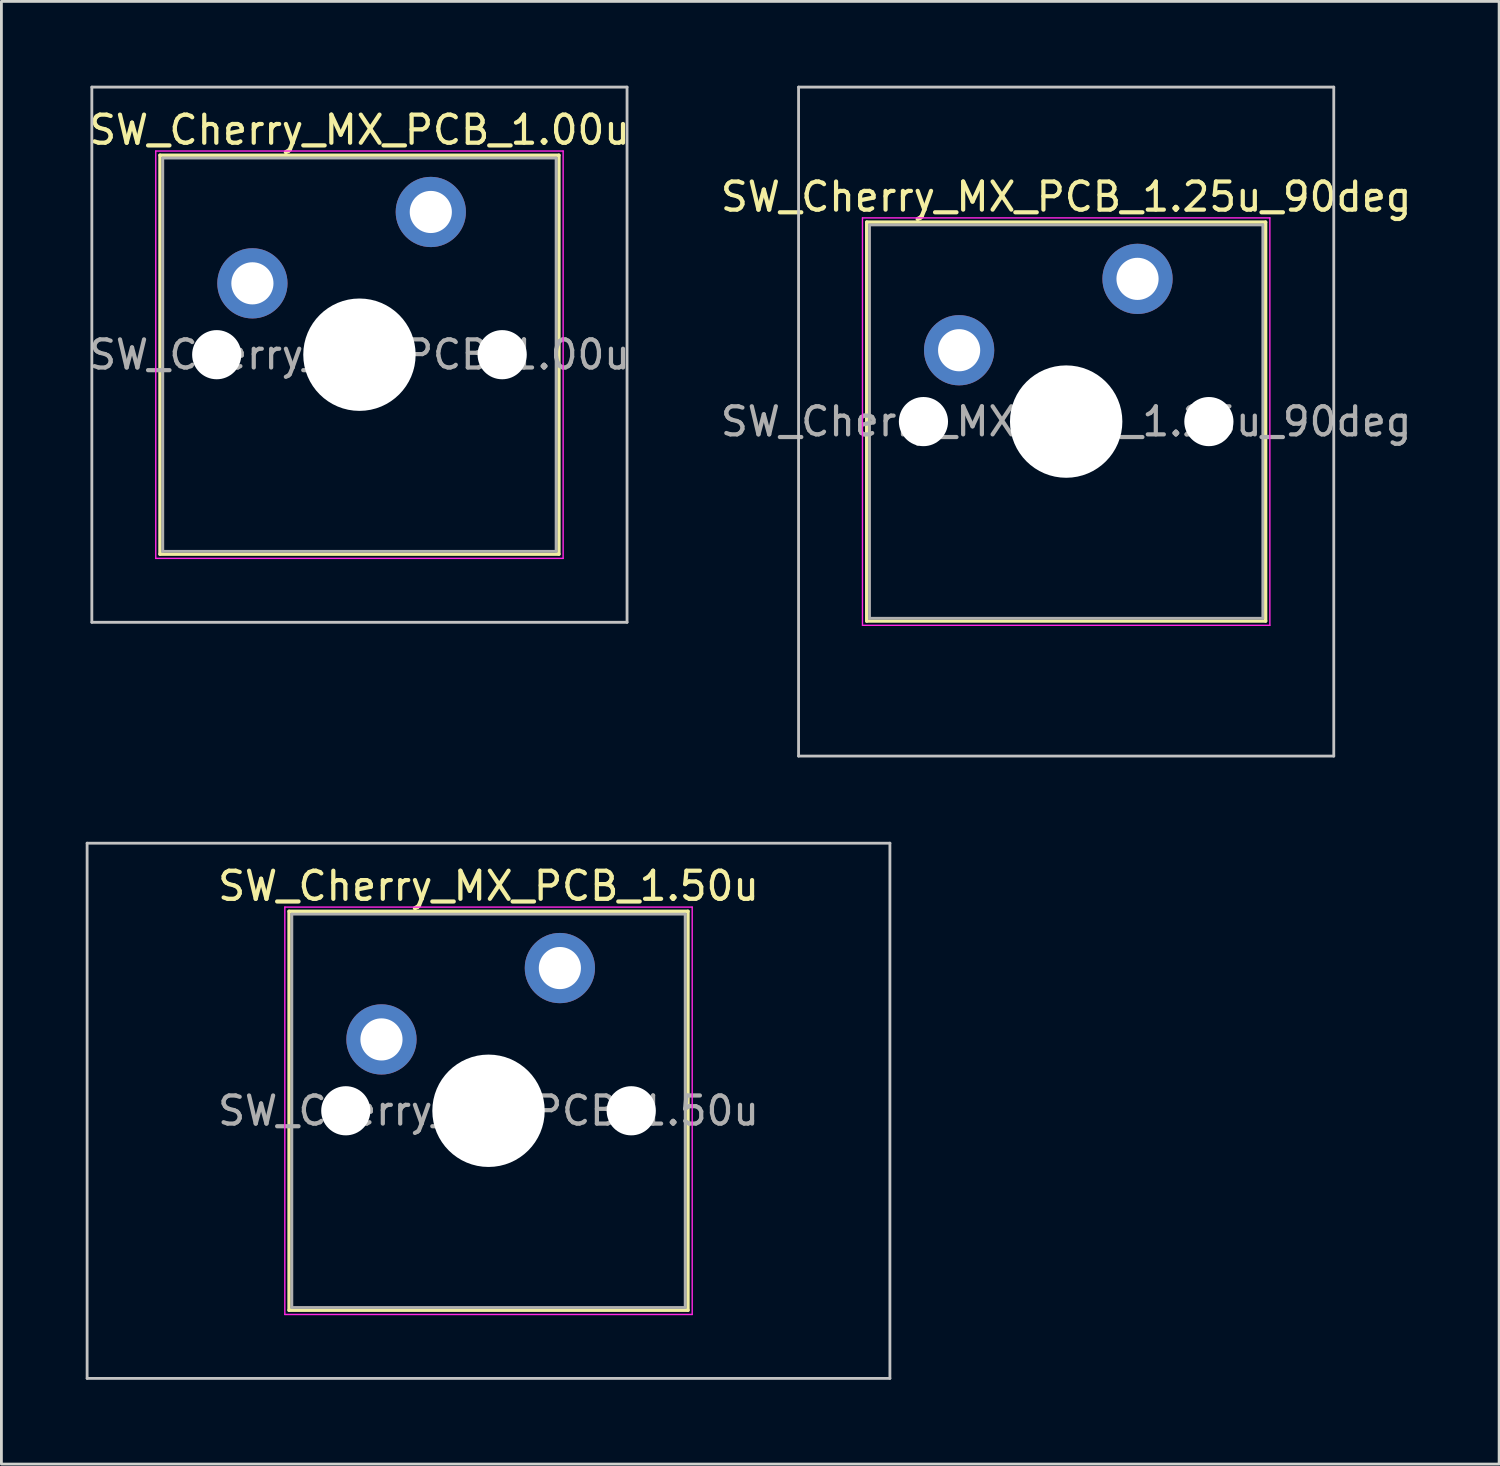
<source format=kicad_pcb>
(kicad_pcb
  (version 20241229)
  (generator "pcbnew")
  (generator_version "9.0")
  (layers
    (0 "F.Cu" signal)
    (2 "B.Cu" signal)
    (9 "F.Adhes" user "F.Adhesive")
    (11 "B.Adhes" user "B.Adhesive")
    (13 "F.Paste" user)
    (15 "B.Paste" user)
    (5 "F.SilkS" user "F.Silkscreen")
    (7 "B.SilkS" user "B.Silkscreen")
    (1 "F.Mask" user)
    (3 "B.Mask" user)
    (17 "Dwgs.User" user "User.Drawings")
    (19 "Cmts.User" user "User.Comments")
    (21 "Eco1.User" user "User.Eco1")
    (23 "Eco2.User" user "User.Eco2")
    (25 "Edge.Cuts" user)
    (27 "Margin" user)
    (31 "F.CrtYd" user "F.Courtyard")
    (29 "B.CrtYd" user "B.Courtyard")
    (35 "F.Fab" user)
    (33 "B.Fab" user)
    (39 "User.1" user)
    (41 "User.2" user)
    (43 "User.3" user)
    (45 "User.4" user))
  (footprint "SW_Cherry_MX_PCB_1.25u_90deg"
    (layer "F.Cu")
    (at 34.899 11.956)
    (property "Reference" "SW_Cherry_MX_PCB_1.25u_90deg" (at 0 -8 0) (layer "F.SilkS") (effects (font (size 1 1) (thickness 0.15))))
    (attr through_hole)
    (fp_line (start -7.1 -7.1) (end -7.1 7.1) (stroke (width 0.12) (type solid)) (layer "F.SilkS"))
    (fp_line (start -7.1 7.1) (end 7.1 7.1) (stroke (width 0.12) (type solid)) (layer "F.SilkS"))
    (fp_line (start 7.1 -7.1) (end -7.1 -7.1) (stroke (width 0.12) (type solid)) (layer "F.SilkS"))
    (fp_line (start 7.1 7.1) (end 7.1 -7.1) (stroke (width 0.12) (type solid)) (layer "F.SilkS"))
    (fp_line (start -9.525 -11.906) (end 9.525 -11.906) (stroke (width 0.1) (type solid)) (layer "Dwgs.User"))
    (fp_line (start -9.525 11.906) (end -9.525 -11.906) (stroke (width 0.1) (type solid)) (layer "Dwgs.User"))
    (fp_line (start 9.525 -11.906) (end 9.525 11.906) (stroke (width 0.1) (type solid)) (layer "Dwgs.User"))
    (fp_line (start 9.525 11.906) (end -9.525 11.906) (stroke (width 0.1) (type solid)) (layer "Dwgs.User"))
    (fp_line (start -7 -7) (end -7 7) (stroke (width 0.1) (type solid)) (layer "Eco1.User"))
    (fp_line (start -7 7) (end 7 7) (stroke (width 0.1) (type solid)) (layer "Eco1.User"))
    (fp_line (start 7 -7) (end -7 -7) (stroke (width 0.1) (type solid)) (layer "Eco1.User"))
    (fp_line (start 7 7) (end 7 -7) (stroke (width 0.1) (type solid)) (layer "Eco1.User"))
    (fp_line (start -7.25 -7.25) (end -7.25 7.25) (stroke (width 0.05) (type solid)) (layer "F.CrtYd"))
    (fp_line (start -7.25 7.25) (end 7.25 7.25) (stroke (width 0.05) (type solid)) (layer "F.CrtYd"))
    (fp_line (start 7.25 -7.25) (end -7.25 -7.25) (stroke (width 0.05) (type solid)) (layer "F.CrtYd"))
    (fp_line (start 7.25 7.25) (end 7.25 -7.25) (stroke (width 0.05) (type solid)) (layer "F.CrtYd"))
    (fp_line (start -7 -7) (end -7 7) (stroke (width 0.1) (type solid)) (layer "F.Fab"))
    (fp_line (start -7 7) (end 7 7) (stroke (width 0.1) (type solid)) (layer "F.Fab"))
    (fp_line (start 7 -7) (end -7 -7) (stroke (width 0.1) (type solid)) (layer "F.Fab"))
    (fp_line (start 7 7) (end 7 -7) (stroke (width 0.1) (type solid)) (layer "F.Fab"))
    (fp_text user "${REFERENCE}" (at 0 0 0) (layer "F.Fab") (effects (font (size 1 1) (thickness 0.15))))
    (pad "" np_thru_hole circle (at -5.08 0) (size 1.75 1.75) (drill 1.75) (layers "*.Cu" "*.Mask"))
    (pad "" np_thru_hole circle (at 0 0) (size 4 4) (drill 4) (layers "*.Cu" "*.Mask"))
    (pad "" np_thru_hole circle (at 5.08 0) (size 1.75 1.75) (drill 1.75) (layers "*.Cu" "*.Mask"))
    (pad "1" thru_hole circle (at -3.81 -2.54) (size 2.5 2.5) (drill 1.5) (layers "*.Cu" "B.Mask"))
    (pad "2" thru_hole circle (at 2.54 -5.08) (size 2.5 2.5) (drill 1.5) (layers "*.Cu" "B.Mask")))
  (footprint "SW_Cherry_MX_PCB_1.50u"
    (layer "F.Cu")
    (at 14.338 36.487)
    (property "Reference" "SW_Cherry_MX_PCB_1.50u" (at 0 -8 0) (layer "F.SilkS") (effects (font (size 1 1) (thickness 0.15))))
    (attr through_hole)
    (fp_line (start -7.1 -7.1) (end -7.1 7.1) (stroke (width 0.12) (type solid)) (layer "F.SilkS"))
    (fp_line (start -7.1 7.1) (end 7.1 7.1) (stroke (width 0.12) (type solid)) (layer "F.SilkS"))
    (fp_line (start 7.1 -7.1) (end -7.1 -7.1) (stroke (width 0.12) (type solid)) (layer "F.SilkS"))
    (fp_line (start 7.1 7.1) (end 7.1 -7.1) (stroke (width 0.12) (type solid)) (layer "F.SilkS"))
    (fp_line (start -14.287 -9.525) (end -14.287 9.525) (stroke (width 0.1) (type solid)) (layer "Dwgs.User"))
    (fp_line (start -14.287 9.525) (end 14.287 9.525) (stroke (width 0.1) (type solid)) (layer "Dwgs.User"))
    (fp_line (start 14.287 -9.525) (end -14.287 -9.525) (stroke (width 0.1) (type solid)) (layer "Dwgs.User"))
    (fp_line (start 14.287 9.525) (end 14.287 -9.525) (stroke (width 0.1) (type solid)) (layer "Dwgs.User"))
    (fp_line (start -7.8 -6) (end -7 -6) (stroke (width 0.1) (type solid)) (layer "Eco1.User"))
    (fp_line (start -7.8 -2.9) (end -7.8 -6) (stroke (width 0.1) (type solid)) (layer "Eco1.User"))
    (fp_line (start -7.8 2.9) (end -7 2.9) (stroke (width 0.1) (type solid)) (layer "Eco1.User"))
    (fp_line (start -7.8 6) (end -7.8 2.9) (stroke (width 0.1) (type solid)) (layer "Eco1.User"))
    (fp_line (start -7 -7) (end 7 -7) (stroke (width 0.1) (type solid)) (layer "Eco1.User"))
    (fp_line (start -7 -6) (end -7 -7) (stroke (width 0.1) (type solid)) (layer "Eco1.User"))
    (fp_line (start -7 -2.9) (end -7.8 -2.9) (stroke (width 0.1) (type solid)) (layer "Eco1.User"))
    (fp_line (start -7 2.9) (end -7 -2.9) (stroke (width 0.1) (type solid)) (layer "Eco1.User"))
    (fp_line (start -7 6) (end -7.8 6) (stroke (width 0.1) (type solid)) (layer "Eco1.User"))
    (fp_line (start -7 7) (end -7 6) (stroke (width 0.1) (type solid)) (layer "Eco1.User"))
    (fp_line (start 7 -7) (end 7 -6) (stroke (width 0.1) (type solid)) (layer "Eco1.User"))
    (fp_line (start 7 -6) (end 7.8 -6) (stroke (width 0.1) (type solid)) (layer "Eco1.User"))
    (fp_line (start 7 -2.9) (end 7 2.9) (stroke (width 0.1) (type solid)) (layer "Eco1.User"))
    (fp_line (start 7 2.9) (end 7.8 2.9) (stroke (width 0.1) (type solid)) (layer "Eco1.User"))
    (fp_line (start 7 6) (end 7 7) (stroke (width 0.1) (type solid)) (layer "Eco1.User"))
    (fp_line (start 7 7) (end -7 7) (stroke (width 0.1) (type solid)) (layer "Eco1.User"))
    (fp_line (start 7.8 -6) (end 7.8 -2.9) (stroke (width 0.1) (type solid)) (layer "Eco1.User"))
    (fp_line (start 7.8 -2.9) (end 7 -2.9) (stroke (width 0.1) (type solid)) (layer "Eco1.User"))
    (fp_line (start 7.8 2.9) (end 7.8 6) (stroke (width 0.1) (type solid)) (layer "Eco1.User"))
    (fp_line (start 7.8 6) (end 7 6) (stroke (width 0.1) (type solid)) (layer "Eco1.User"))
    (fp_line (start -7.25 -7.25) (end -7.25 7.25) (stroke (width 0.05) (type solid)) (layer "F.CrtYd"))
    (fp_line (start -7.25 7.25) (end 7.25 7.25) (stroke (width 0.05) (type solid)) (layer "F.CrtYd"))
    (fp_line (start 7.25 -7.25) (end -7.25 -7.25) (stroke (width 0.05) (type solid)) (layer "F.CrtYd"))
    (fp_line (start 7.25 7.25) (end 7.25 -7.25) (stroke (width 0.05) (type solid)) (layer "F.CrtYd"))
    (fp_line (start -7 -7) (end -7 7) (stroke (width 0.1) (type solid)) (layer "F.Fab"))
    (fp_line (start -7 7) (end 7 7) (stroke (width 0.1) (type solid)) (layer "F.Fab"))
    (fp_line (start 7 -7) (end -7 -7) (stroke (width 0.1) (type solid)) (layer "F.Fab"))
    (fp_line (start 7 7) (end 7 -7) (stroke (width 0.1) (type solid)) (layer "F.Fab"))
    (fp_text user "${REFERENCE}" (at 0 0 0) (layer "F.Fab") (effects (font (size 1 1) (thickness 0.15))))
    (pad "" np_thru_hole circle (at -5.08 0) (size 1.75 1.75) (drill 1.75) (layers "*.Cu" "*.Mask"))
    (pad "" np_thru_hole circle (at 0 0) (size 4 4) (drill 4) (layers "*.Cu" "*.Mask"))
    (pad "" np_thru_hole circle (at 5.08 0) (size 1.75 1.75) (drill 1.75) (layers "*.Cu" "*.Mask"))
    (pad "1" thru_hole circle (at -3.81 -2.54) (size 2.5 2.5) (drill 1.5) (layers "*.Cu" "B.Mask"))
    (pad "2" thru_hole circle (at 2.54 -5.08) (size 2.5 2.5) (drill 1.5) (layers "*.Cu" "B.Mask")))
  (footprint "SW_Cherry_MX_PCB_1.00u"
    (layer "F.Cu")
    (at 9.744 9.575)
    (property "Reference" "SW_Cherry_MX_PCB_1.00u" (at 0 -8 0) (layer "F.SilkS") (effects (font (size 1 1) (thickness 0.15))))
    (attr through_hole)
    (fp_line (start -7.1 -7.1) (end -7.1 7.1) (stroke (width 0.12) (type solid)) (layer "F.SilkS"))
    (fp_line (start -7.1 7.1) (end 7.1 7.1) (stroke (width 0.12) (type solid)) (layer "F.SilkS"))
    (fp_line (start 7.1 -7.1) (end -7.1 -7.1) (stroke (width 0.12) (type solid)) (layer "F.SilkS"))
    (fp_line (start 7.1 7.1) (end 7.1 -7.1) (stroke (width 0.12) (type solid)) (layer "F.SilkS"))
    (fp_line (start -9.525 -9.525) (end -9.525 9.525) (stroke (width 0.1) (type solid)) (layer "Dwgs.User"))
    (fp_line (start -9.525 9.525) (end 9.525 9.525) (stroke (width 0.1) (type solid)) (layer "Dwgs.User"))
    (fp_line (start 9.525 -9.525) (end -9.525 -9.525) (stroke (width 0.1) (type solid)) (layer "Dwgs.User"))
    (fp_line (start 9.525 9.525) (end 9.525 -9.525) (stroke (width 0.1) (type solid)) (layer "Dwgs.User"))
    (fp_line (start -7 -7) (end -7 7) (stroke (width 0.1) (type solid)) (layer "Eco1.User"))
    (fp_line (start -7 7) (end 7 7) (stroke (width 0.1) (type solid)) (layer "Eco1.User"))
    (fp_line (start 7 -7) (end -7 -7) (stroke (width 0.1) (type solid)) (layer "Eco1.User"))
    (fp_line (start 7 7) (end 7 -7) (stroke (width 0.1) (type solid)) (layer "Eco1.User"))
    (fp_line (start -7.25 -7.25) (end -7.25 7.25) (stroke (width 0.05) (type solid)) (layer "F.CrtYd"))
    (fp_line (start -7.25 7.25) (end 7.25 7.25) (stroke (width 0.05) (type solid)) (layer "F.CrtYd"))
    (fp_line (start 7.25 -7.25) (end -7.25 -7.25) (stroke (width 0.05) (type solid)) (layer "F.CrtYd"))
    (fp_line (start 7.25 7.25) (end 7.25 -7.25) (stroke (width 0.05) (type solid)) (layer "F.CrtYd"))
    (fp_line (start -7 -7) (end -7 7) (stroke (width 0.1) (type solid)) (layer "F.Fab"))
    (fp_line (start -7 7) (end 7 7) (stroke (width 0.1) (type solid)) (layer "F.Fab"))
    (fp_line (start 7 -7) (end -7 -7) (stroke (width 0.1) (type solid)) (layer "F.Fab"))
    (fp_line (start 7 7) (end 7 -7) (stroke (width 0.1) (type solid)) (layer "F.Fab"))
    (fp_text user "${REFERENCE}" (at 0 0 0) (layer "F.Fab") (effects (font (size 1 1) (thickness 0.15))))
    (pad "" np_thru_hole circle (at -5.08 0) (size 1.75 1.75) (drill 1.75) (layers "*.Cu" "*.Mask"))
    (pad "" np_thru_hole circle (at 0 0) (size 4 4) (drill 4) (layers "*.Cu" "*.Mask"))
    (pad "" np_thru_hole circle (at 5.08 0) (size 1.75 1.75) (drill 1.75) (layers "*.Cu" "*.Mask"))
    (pad "1" thru_hole circle (at -3.81 -2.54) (size 2.5 2.5) (drill 1.5) (layers "*.Cu" "*.Mask"))
    (pad "2" thru_hole circle (at 2.54 -5.08) (size 2.5 2.5) (drill 1.5) (layers "*.Cu" "*.Mask")))
  (gr_rect
    (start -3 -3)
    (end 50.31 49.062)
    (stroke (width 0.1) (type default))
    (fill no)
    (layer "Edge.Cuts")))
</source>
